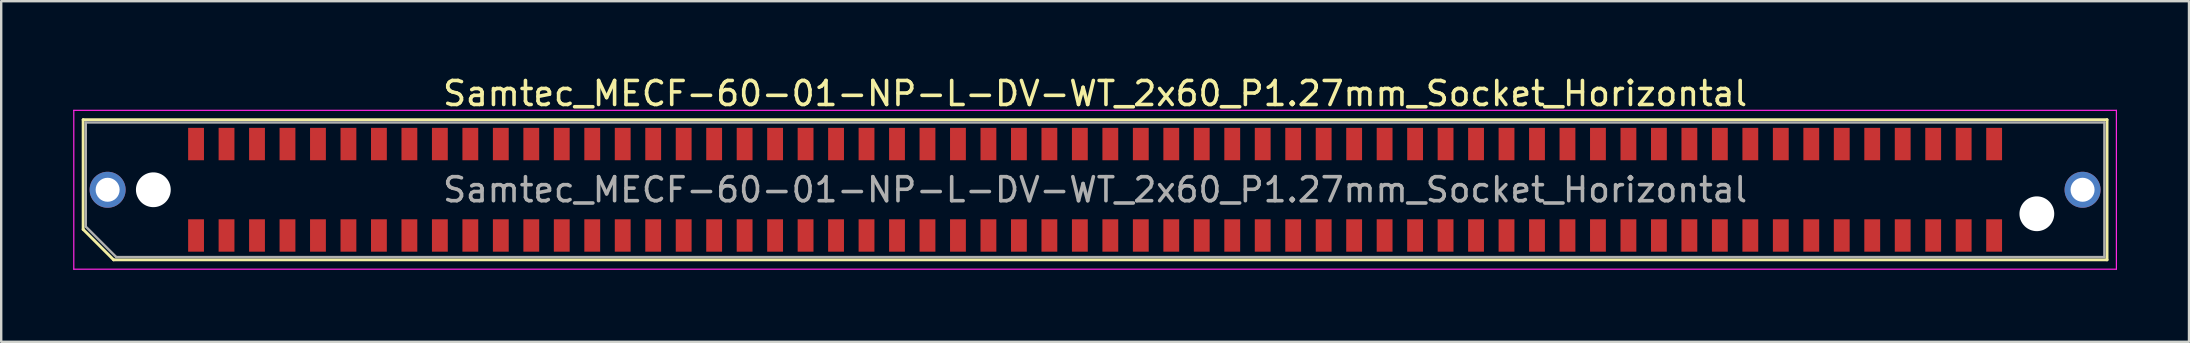
<source format=kicad_pcb>
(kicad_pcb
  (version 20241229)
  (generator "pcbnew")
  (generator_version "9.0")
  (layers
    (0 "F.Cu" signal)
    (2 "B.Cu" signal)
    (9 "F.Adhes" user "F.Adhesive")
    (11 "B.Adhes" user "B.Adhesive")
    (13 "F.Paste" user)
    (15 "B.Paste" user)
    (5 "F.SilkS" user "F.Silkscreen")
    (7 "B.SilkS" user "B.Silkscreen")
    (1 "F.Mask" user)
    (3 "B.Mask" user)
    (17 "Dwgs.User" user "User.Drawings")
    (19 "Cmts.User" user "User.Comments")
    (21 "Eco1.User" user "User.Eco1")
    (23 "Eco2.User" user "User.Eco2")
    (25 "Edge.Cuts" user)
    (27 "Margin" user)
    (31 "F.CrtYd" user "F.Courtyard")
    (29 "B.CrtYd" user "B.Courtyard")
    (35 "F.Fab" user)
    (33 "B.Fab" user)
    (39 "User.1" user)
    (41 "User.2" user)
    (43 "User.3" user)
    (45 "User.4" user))
  (footprint "Samtec_MECF-60-01-NP-L-DV-WT_2x60_P1.27mm_Socket_Horizontal"
    (layer "F.Cu")
    (at 42.585 4.858)
    (property "Reference" "Samtec_MECF-60-01-NP-L-DV-WT_2x60_P1.27mm_Socket_Horizontal" (at 0 -4.01 0) (layer "F.SilkS") (effects (font (size 1 1) (thickness 0.15))))
    (attr smd)
    (fp_line (start -42.17 -2.92) (end 42.17 -2.92) (stroke (width 0.12) (type solid)) (layer "F.SilkS"))
    (fp_line (start -42.17 1.65) (end -42.17 -2.92) (stroke (width 0.12) (type solid)) (layer "F.SilkS"))
    (fp_line (start -40.9 2.92) (end -42.17 1.65) (stroke (width 0.12) (type solid)) (layer "F.SilkS"))
    (fp_line (start -40.9 2.92) (end 42.17 2.92) (stroke (width 0.12) (type solid)) (layer "F.SilkS"))
    (fp_line (start 42.17 2.92) (end 42.17 -2.92) (stroke (width 0.12) (type solid)) (layer "F.SilkS"))
    (fp_line (start -42.56 -3.31) (end -42.56 3.31) (stroke (width 0.05) (type solid)) (layer "F.CrtYd"))
    (fp_line (start -42.56 3.31) (end 42.56 3.31) (stroke (width 0.05) (type solid)) (layer "F.CrtYd"))
    (fp_line (start 42.56 -3.31) (end -42.56 -3.31) (stroke (width 0.05) (type solid)) (layer "F.CrtYd"))
    (fp_line (start 42.56 3.31) (end 42.56 -3.31) (stroke (width 0.05) (type solid)) (layer "F.CrtYd"))
    (fp_line (start -42.06 -2.805) (end 42.06 -2.805) (stroke (width 0.1) (type solid)) (layer "F.Fab"))
    (fp_line (start -42.06 1.535) (end -42.06 -2.805) (stroke (width 0.1) (type solid)) (layer "F.Fab"))
    (fp_line (start -42.06 1.535) (end -40.79 2.805) (stroke (width 0.1) (type solid)) (layer "F.Fab"))
    (fp_line (start -40.79 2.805) (end 42.06 2.805) (stroke (width 0.1) (type solid)) (layer "F.Fab"))
    (fp_line (start 42.06 2.805) (end 42.06 -2.805) (stroke (width 0.1) (type solid)) (layer "F.Fab"))
    (fp_text user "${REFERENCE}" (at 0 0 0) (layer "F.Fab") (effects (font (size 1 1) (thickness 0.15))))
    (pad "" thru_hole circle (at -41.15 0) (size 1.5 1.5) (drill 1) (layers "*.Cu" "*.Mask"))
    (pad "" np_thru_hole circle (at -39.245 0) (size 1.45 1.45) (drill 1.45) (layers "*.Cu" "*.Mask"))
    (pad "" np_thru_hole circle (at 39.245 1) (size 1.45 1.45) (drill 1.45) (layers "*.Cu" "*.Mask"))
    (pad "" thru_hole circle (at 41.15 0) (size 1.5 1.5) (drill 1) (layers "*.Cu" "*.Mask"))
    (pad "1" smd rect (at -37.465 1.905) (size 0.66 1.35) (layers "F.Cu" "F.Mask" "F.Paste"))
    (pad "2" smd rect (at -37.465 -1.905) (size 0.66 1.35) (layers "F.Cu" "F.Mask" "F.Paste"))
    (pad "3" smd rect (at -36.195 1.905) (size 0.66 1.35) (layers "F.Cu" "F.Mask" "F.Paste"))
    (pad "4" smd rect (at -36.195 -1.905) (size 0.66 1.35) (layers "F.Cu" "F.Mask" "F.Paste"))
    (pad "5" smd rect (at -34.925 1.905) (size 0.66 1.35) (layers "F.Cu" "F.Mask" "F.Paste"))
    (pad "6" smd rect (at -34.925 -1.905) (size 0.66 1.35) (layers "F.Cu" "F.Mask" "F.Paste"))
    (pad "7" smd rect (at -33.655 1.905) (size 0.66 1.35) (layers "F.Cu" "F.Mask" "F.Paste"))
    (pad "8" smd rect (at -33.655 -1.905) (size 0.66 1.35) (layers "F.Cu" "F.Mask" "F.Paste"))
    (pad "9" smd rect (at -32.385 1.905) (size 0.66 1.35) (layers "F.Cu" "F.Mask" "F.Paste"))
    (pad "10" smd rect (at -32.385 -1.905) (size 0.66 1.35) (layers "F.Cu" "F.Mask" "F.Paste"))
    (pad "11" smd rect (at -31.115 1.905) (size 0.66 1.35) (layers "F.Cu" "F.Mask" "F.Paste"))
    (pad "12" smd rect (at -31.115 -1.905) (size 0.66 1.35) (layers "F.Cu" "F.Mask" "F.Paste"))
    (pad "13" smd rect (at -29.845 1.905) (size 0.66 1.35) (layers "F.Cu" "F.Mask" "F.Paste"))
    (pad "14" smd rect (at -29.845 -1.905) (size 0.66 1.35) (layers "F.Cu" "F.Mask" "F.Paste"))
    (pad "15" smd rect (at -28.575 1.905) (size 0.66 1.35) (layers "F.Cu" "F.Mask" "F.Paste"))
    (pad "16" smd rect (at -28.575 -1.905) (size 0.66 1.35) (layers "F.Cu" "F.Mask" "F.Paste"))
    (pad "17" smd rect (at -27.305 1.905) (size 0.66 1.35) (layers "F.Cu" "F.Mask" "F.Paste"))
    (pad "18" smd rect (at -27.305 -1.905) (size 0.66 1.35) (layers "F.Cu" "F.Mask" "F.Paste"))
    (pad "19" smd rect (at -26.035 1.905) (size 0.66 1.35) (layers "F.Cu" "F.Mask" "F.Paste"))
    (pad "20" smd rect (at -26.035 -1.905) (size 0.66 1.35) (layers "F.Cu" "F.Mask" "F.Paste"))
    (pad "21" smd rect (at -24.765 1.905) (size 0.66 1.35) (layers "F.Cu" "F.Mask" "F.Paste"))
    (pad "22" smd rect (at -24.765 -1.905) (size 0.66 1.35) (layers "F.Cu" "F.Mask" "F.Paste"))
    (pad "23" smd rect (at -23.495 1.905) (size 0.66 1.35) (layers "F.Cu" "F.Mask" "F.Paste"))
    (pad "24" smd rect (at -23.495 -1.905) (size 0.66 1.35) (layers "F.Cu" "F.Mask" "F.Paste"))
    (pad "25" smd rect (at -22.225 1.905) (size 0.66 1.35) (layers "F.Cu" "F.Mask" "F.Paste"))
    (pad "26" smd rect (at -22.225 -1.905) (size 0.66 1.35) (layers "F.Cu" "F.Mask" "F.Paste"))
    (pad "27" smd rect (at -20.955 1.905) (size 0.66 1.35) (layers "F.Cu" "F.Mask" "F.Paste"))
    (pad "28" smd rect (at -20.955 -1.905) (size 0.66 1.35) (layers "F.Cu" "F.Mask" "F.Paste"))
    (pad "29" smd rect (at -19.685 1.905) (size 0.66 1.35) (layers "F.Cu" "F.Mask" "F.Paste"))
    (pad "30" smd rect (at -19.685 -1.905) (size 0.66 1.35) (layers "F.Cu" "F.Mask" "F.Paste"))
    (pad "31" smd rect (at -18.415 1.905) (size 0.66 1.35) (layers "F.Cu" "F.Mask" "F.Paste"))
    (pad "32" smd rect (at -18.415 -1.905) (size 0.66 1.35) (layers "F.Cu" "F.Mask" "F.Paste"))
    (pad "33" smd rect (at -17.145 1.905) (size 0.66 1.35) (layers "F.Cu" "F.Mask" "F.Paste"))
    (pad "34" smd rect (at -17.145 -1.905) (size 0.66 1.35) (layers "F.Cu" "F.Mask" "F.Paste"))
    (pad "35" smd rect (at -15.875 1.905) (size 0.66 1.35) (layers "F.Cu" "F.Mask" "F.Paste"))
    (pad "36" smd rect (at -15.875 -1.905) (size 0.66 1.35) (layers "F.Cu" "F.Mask" "F.Paste"))
    (pad "37" smd rect (at -14.605 1.905) (size 0.66 1.35) (layers "F.Cu" "F.Mask" "F.Paste"))
    (pad "38" smd rect (at -14.605 -1.905) (size 0.66 1.35) (layers "F.Cu" "F.Mask" "F.Paste"))
    (pad "39" smd rect (at -13.335 1.905) (size 0.66 1.35) (layers "F.Cu" "F.Mask" "F.Paste"))
    (pad "40" smd rect (at -13.335 -1.905) (size 0.66 1.35) (layers "F.Cu" "F.Mask" "F.Paste"))
    (pad "41" smd rect (at -12.065 1.905) (size 0.66 1.35) (layers "F.Cu" "F.Mask" "F.Paste"))
    (pad "42" smd rect (at -12.065 -1.905) (size 0.66 1.35) (layers "F.Cu" "F.Mask" "F.Paste"))
    (pad "43" smd rect (at -10.795 1.905) (size 0.66 1.35) (layers "F.Cu" "F.Mask" "F.Paste"))
    (pad "44" smd rect (at -10.795 -1.905) (size 0.66 1.35) (layers "F.Cu" "F.Mask" "F.Paste"))
    (pad "45" smd rect (at -9.525 1.905) (size 0.66 1.35) (layers "F.Cu" "F.Mask" "F.Paste"))
    (pad "46" smd rect (at -9.525 -1.905) (size 0.66 1.35) (layers "F.Cu" "F.Mask" "F.Paste"))
    (pad "47" smd rect (at -8.255 1.905) (size 0.66 1.35) (layers "F.Cu" "F.Mask" "F.Paste"))
    (pad "48" smd rect (at -8.255 -1.905) (size 0.66 1.35) (layers "F.Cu" "F.Mask" "F.Paste"))
    (pad "49" smd rect (at -6.985 1.905) (size 0.66 1.35) (layers "F.Cu" "F.Mask" "F.Paste"))
    (pad "50" smd rect (at -6.985 -1.905) (size 0.66 1.35) (layers "F.Cu" "F.Mask" "F.Paste"))
    (pad "51" smd rect (at -5.715 1.905) (size 0.66 1.35) (layers "F.Cu" "F.Mask" "F.Paste"))
    (pad "52" smd rect (at -5.715 -1.905) (size 0.66 1.35) (layers "F.Cu" "F.Mask" "F.Paste"))
    (pad "53" smd rect (at -4.445 1.905) (size 0.66 1.35) (layers "F.Cu" "F.Mask" "F.Paste"))
    (pad "54" smd rect (at -4.445 -1.905) (size 0.66 1.35) (layers "F.Cu" "F.Mask" "F.Paste"))
    (pad "55" smd rect (at -3.175 1.905) (size 0.66 1.35) (layers "F.Cu" "F.Mask" "F.Paste"))
    (pad "56" smd rect (at -3.175 -1.905) (size 0.66 1.35) (layers "F.Cu" "F.Mask" "F.Paste"))
    (pad "57" smd rect (at -1.905 1.905) (size 0.66 1.35) (layers "F.Cu" "F.Mask" "F.Paste"))
    (pad "58" smd rect (at -1.905 -1.905) (size 0.66 1.35) (layers "F.Cu" "F.Mask" "F.Paste"))
    (pad "59" smd rect (at -0.635 1.905) (size 0.66 1.35) (layers "F.Cu" "F.Mask" "F.Paste"))
    (pad "60" smd rect (at -0.635 -1.905) (size 0.66 1.35) (layers "F.Cu" "F.Mask" "F.Paste"))
    (pad "61" smd rect (at 0.635 1.905) (size 0.66 1.35) (layers "F.Cu" "F.Mask" "F.Paste"))
    (pad "62" smd rect (at 0.635 -1.905) (size 0.66 1.35) (layers "F.Cu" "F.Mask" "F.Paste"))
    (pad "63" smd rect (at 1.905 1.905) (size 0.66 1.35) (layers "F.Cu" "F.Mask" "F.Paste"))
    (pad "64" smd rect (at 1.905 -1.905) (size 0.66 1.35) (layers "F.Cu" "F.Mask" "F.Paste"))
    (pad "65" smd rect (at 3.175 1.905) (size 0.66 1.35) (layers "F.Cu" "F.Mask" "F.Paste"))
    (pad "66" smd rect (at 3.175 -1.905) (size 0.66 1.35) (layers "F.Cu" "F.Mask" "F.Paste"))
    (pad "67" smd rect (at 4.445 1.905) (size 0.66 1.35) (layers "F.Cu" "F.Mask" "F.Paste"))
    (pad "68" smd rect (at 4.445 -1.905) (size 0.66 1.35) (layers "F.Cu" "F.Mask" "F.Paste"))
    (pad "69" smd rect (at 5.715 1.905) (size 0.66 1.35) (layers "F.Cu" "F.Mask" "F.Paste"))
    (pad "70" smd rect (at 5.715 -1.905) (size 0.66 1.35) (layers "F.Cu" "F.Mask" "F.Paste"))
    (pad "71" smd rect (at 6.985 1.905) (size 0.66 1.35) (layers "F.Cu" "F.Mask" "F.Paste"))
    (pad "72" smd rect (at 6.985 -1.905) (size 0.66 1.35) (layers "F.Cu" "F.Mask" "F.Paste"))
    (pad "73" smd rect (at 8.255 1.905) (size 0.66 1.35) (layers "F.Cu" "F.Mask" "F.Paste"))
    (pad "74" smd rect (at 8.255 -1.905) (size 0.66 1.35) (layers "F.Cu" "F.Mask" "F.Paste"))
    (pad "75" smd rect (at 9.525 1.905) (size 0.66 1.35) (layers "F.Cu" "F.Mask" "F.Paste"))
    (pad "76" smd rect (at 9.525 -1.905) (size 0.66 1.35) (layers "F.Cu" "F.Mask" "F.Paste"))
    (pad "77" smd rect (at 10.795 1.905) (size 0.66 1.35) (layers "F.Cu" "F.Mask" "F.Paste"))
    (pad "78" smd rect (at 10.795 -1.905) (size 0.66 1.35) (layers "F.Cu" "F.Mask" "F.Paste"))
    (pad "79" smd rect (at 12.065 1.905) (size 0.66 1.35) (layers "F.Cu" "F.Mask" "F.Paste"))
    (pad "80" smd rect (at 12.065 -1.905) (size 0.66 1.35) (layers "F.Cu" "F.Mask" "F.Paste"))
    (pad "81" smd rect (at 13.335 1.905) (size 0.66 1.35) (layers "F.Cu" "F.Mask" "F.Paste"))
    (pad "82" smd rect (at 13.335 -1.905) (size 0.66 1.35) (layers "F.Cu" "F.Mask" "F.Paste"))
    (pad "83" smd rect (at 14.605 1.905) (size 0.66 1.35) (layers "F.Cu" "F.Mask" "F.Paste"))
    (pad "84" smd rect (at 14.605 -1.905) (size 0.66 1.35) (layers "F.Cu" "F.Mask" "F.Paste"))
    (pad "85" smd rect (at 15.875 1.905) (size 0.66 1.35) (layers "F.Cu" "F.Mask" "F.Paste"))
    (pad "86" smd rect (at 15.875 -1.905) (size 0.66 1.35) (layers "F.Cu" "F.Mask" "F.Paste"))
    (pad "87" smd rect (at 17.145 1.905) (size 0.66 1.35) (layers "F.Cu" "F.Mask" "F.Paste"))
    (pad "88" smd rect (at 17.145 -1.905) (size 0.66 1.35) (layers "F.Cu" "F.Mask" "F.Paste"))
    (pad "89" smd rect (at 18.415 1.905) (size 0.66 1.35) (layers "F.Cu" "F.Mask" "F.Paste"))
    (pad "90" smd rect (at 18.415 -1.905) (size 0.66 1.35) (layers "F.Cu" "F.Mask" "F.Paste"))
    (pad "91" smd rect (at 19.685 1.905) (size 0.66 1.35) (layers "F.Cu" "F.Mask" "F.Paste"))
    (pad "92" smd rect (at 19.685 -1.905) (size 0.66 1.35) (layers "F.Cu" "F.Mask" "F.Paste"))
    (pad "93" smd rect (at 20.955 1.905) (size 0.66 1.35) (layers "F.Cu" "F.Mask" "F.Paste"))
    (pad "94" smd rect (at 20.955 -1.905) (size 0.66 1.35) (layers "F.Cu" "F.Mask" "F.Paste"))
    (pad "95" smd rect (at 22.225 1.905) (size 0.66 1.35) (layers "F.Cu" "F.Mask" "F.Paste"))
    (pad "96" smd rect (at 22.225 -1.905) (size 0.66 1.35) (layers "F.Cu" "F.Mask" "F.Paste"))
    (pad "97" smd rect (at 23.495 1.905) (size 0.66 1.35) (layers "F.Cu" "F.Mask" "F.Paste"))
    (pad "98" smd rect (at 23.495 -1.905) (size 0.66 1.35) (layers "F.Cu" "F.Mask" "F.Paste"))
    (pad "99" smd rect (at 24.765 1.905) (size 0.66 1.35) (layers "F.Cu" "F.Mask" "F.Paste"))
    (pad "100" smd rect (at 24.765 -1.905) (size 0.66 1.35) (layers "F.Cu" "F.Mask" "F.Paste"))
    (pad "101" smd rect (at 26.035 1.905) (size 0.66 1.35) (layers "F.Cu" "F.Mask" "F.Paste"))
    (pad "102" smd rect (at 26.035 -1.905) (size 0.66 1.35) (layers "F.Cu" "F.Mask" "F.Paste"))
    (pad "103" smd rect (at 27.305 1.905) (size 0.66 1.35) (layers "F.Cu" "F.Mask" "F.Paste"))
    (pad "104" smd rect (at 27.305 -1.905) (size 0.66 1.35) (layers "F.Cu" "F.Mask" "F.Paste"))
    (pad "105" smd rect (at 28.575 1.905) (size 0.66 1.35) (layers "F.Cu" "F.Mask" "F.Paste"))
    (pad "106" smd rect (at 28.575 -1.905) (size 0.66 1.35) (layers "F.Cu" "F.Mask" "F.Paste"))
    (pad "107" smd rect (at 29.845 1.905) (size 0.66 1.35) (layers "F.Cu" "F.Mask" "F.Paste"))
    (pad "108" smd rect (at 29.845 -1.905) (size 0.66 1.35) (layers "F.Cu" "F.Mask" "F.Paste"))
    (pad "109" smd rect (at 31.115 1.905) (size 0.66 1.35) (layers "F.Cu" "F.Mask" "F.Paste"))
    (pad "110" smd rect (at 31.115 -1.905) (size 0.66 1.35) (layers "F.Cu" "F.Mask" "F.Paste"))
    (pad "111" smd rect (at 32.385 1.905) (size 0.66 1.35) (layers "F.Cu" "F.Mask" "F.Paste"))
    (pad "112" smd rect (at 32.385 -1.905) (size 0.66 1.35) (layers "F.Cu" "F.Mask" "F.Paste"))
    (pad "113" smd rect (at 33.655 1.905) (size 0.66 1.35) (layers "F.Cu" "F.Mask" "F.Paste"))
    (pad "114" smd rect (at 33.655 -1.905) (size 0.66 1.35) (layers "F.Cu" "F.Mask" "F.Paste"))
    (pad "115" smd rect (at 34.925 1.905) (size 0.66 1.35) (layers "F.Cu" "F.Mask" "F.Paste"))
    (pad "116" smd rect (at 34.925 -1.905) (size 0.66 1.35) (layers "F.Cu" "F.Mask" "F.Paste"))
    (pad "117" smd rect (at 36.195 1.905) (size 0.66 1.35) (layers "F.Cu" "F.Mask" "F.Paste"))
    (pad "118" smd rect (at 36.195 -1.905) (size 0.66 1.35) (layers "F.Cu" "F.Mask" "F.Paste"))
    (pad "119" smd rect (at 37.465 1.905) (size 0.66 1.35) (layers "F.Cu" "F.Mask" "F.Paste"))
    (pad "120" smd rect (at 37.465 -1.905) (size 0.66 1.35) (layers "F.Cu" "F.Mask" "F.Paste")))
  (gr_rect
    (start -3 -3)
    (end 88.17 11.193)
    (stroke (width 0.1) (type default))
    (fill no)
    (layer "Edge.Cuts")))
</source>
